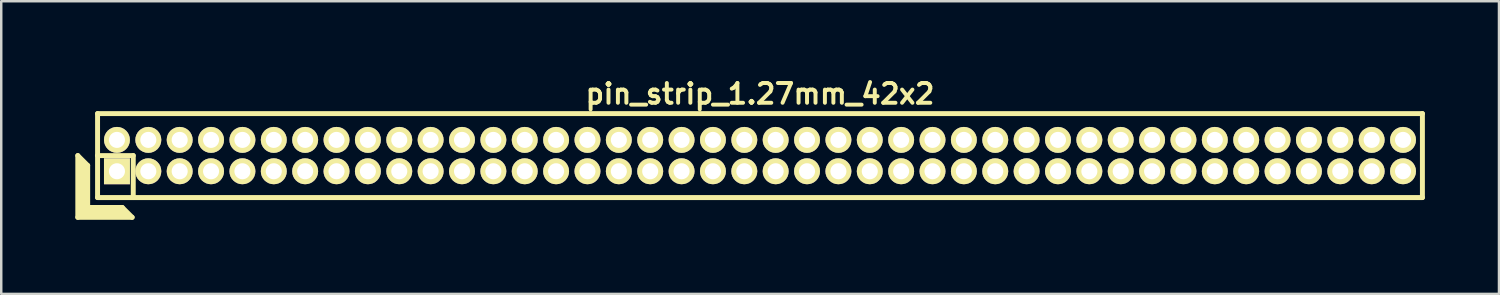
<source format=kicad_pcb>
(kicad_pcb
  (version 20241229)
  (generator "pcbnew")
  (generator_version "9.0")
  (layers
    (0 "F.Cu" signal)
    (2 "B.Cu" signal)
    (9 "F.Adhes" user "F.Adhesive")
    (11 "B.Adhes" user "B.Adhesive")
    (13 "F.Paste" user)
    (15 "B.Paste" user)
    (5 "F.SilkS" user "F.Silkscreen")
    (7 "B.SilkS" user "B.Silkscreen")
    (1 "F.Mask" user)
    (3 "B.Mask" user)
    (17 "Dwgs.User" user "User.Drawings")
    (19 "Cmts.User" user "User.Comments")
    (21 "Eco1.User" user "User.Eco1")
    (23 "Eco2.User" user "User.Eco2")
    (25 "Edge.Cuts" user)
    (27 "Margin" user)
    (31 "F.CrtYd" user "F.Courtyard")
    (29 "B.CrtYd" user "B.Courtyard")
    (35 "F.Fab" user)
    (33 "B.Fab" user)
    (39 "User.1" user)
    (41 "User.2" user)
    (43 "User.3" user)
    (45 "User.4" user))
  (footprint "pin_strip_1.27mm_42x2"
    (layer "F.Cu")
    (at 27.72 3.249)
    (property "Reference" "pin_strip_1.27mm_42x2" (at 0 -2.5 0) (layer "F.SilkS") (effects (font (size 0.8 0.8) (thickness 0.16))))
    (attr through_hole)
    (fp_line (start -27.62 0) (end -27.62 2.5) (stroke (width 0.2) (type solid)) (layer "F.SilkS"))
    (fp_line (start -27.62 0) (end -27.22 0.4) (stroke (width 0.2) (type solid)) (layer "F.SilkS"))
    (fp_line (start -27.62 2.5) (end -25.42 2.5) (stroke (width 0.2) (type solid)) (layer "F.SilkS"))
    (fp_line (start -27.52 2.4) (end -27.52 0.2) (stroke (width 0.2) (type solid)) (layer "F.SilkS"))
    (fp_line (start -27.52 2.4) (end -25.62 2.4) (stroke (width 0.2) (type solid)) (layer "F.SilkS"))
    (fp_line (start -27.42 2.3) (end -27.42 0.3) (stroke (width 0.2) (type solid)) (layer "F.SilkS"))
    (fp_line (start -27.42 2.3) (end -25.72 2.3) (stroke (width 0.2) (type solid)) (layer "F.SilkS"))
    (fp_line (start -27.32 2.2) (end -27.32 0.4) (stroke (width 0.2) (type solid)) (layer "F.SilkS"))
    (fp_line (start -27.32 2.2) (end -25.82 2.2) (stroke (width 0.2) (type solid)) (layer "F.SilkS"))
    (fp_line (start -27.22 2.1) (end -27.22 0.4) (stroke (width 0.2) (type solid)) (layer "F.SilkS"))
    (fp_line (start -27.22 2.1) (end -25.82 2.1) (stroke (width 0.2) (type solid)) (layer "F.SilkS"))
    (fp_line (start -26.825 0) (end -25.375 0) (stroke (width 0.2) (type solid)) (layer "F.SilkS"))
    (fp_line (start -26.82 -1.7) (end 26.82 -1.7) (stroke (width 0.2) (type solid)) (layer "F.SilkS"))
    (fp_line (start -26.82 1.7) (end -26.82 -1.7) (stroke (width 0.2) (type solid)) (layer "F.SilkS"))
    (fp_line (start -25.82 2.1) (end -25.42 2.5) (stroke (width 0.2) (type solid)) (layer "F.SilkS"))
    (fp_line (start -25.375 0) (end -25.375 1.7) (stroke (width 0.2) (type solid)) (layer "F.SilkS"))
    (fp_line (start 26.82 -1.7) (end 26.82 1.7) (stroke (width 0.2) (type solid)) (layer "F.SilkS"))
    (fp_line (start 26.82 1.7) (end -26.82 1.7) (stroke (width 0.2) (type solid)) (layer "F.SilkS"))
    (pad "1" thru_hole rect (at -26.035 0.635) (size 1.05 1.05) (drill 0.65) (layers "*.Cu" "*.Mask" "F.SilkS"))
    (pad "2" thru_hole oval (at -26.035 -0.635) (size 1.05 1.05) (drill 0.65) (layers "*.Cu" "*.Mask" "F.SilkS"))
    (pad "3" thru_hole oval (at -24.765 0.635) (size 1.05 1.05) (drill 0.65) (layers "*.Cu" "*.Mask" "F.SilkS"))
    (pad "4" thru_hole oval (at -24.765 -0.635) (size 1.05 1.05) (drill 0.65) (layers "*.Cu" "*.Mask" "F.SilkS"))
    (pad "5" thru_hole oval (at -23.495 0.635) (size 1.05 1.05) (drill 0.65) (layers "*.Cu" "*.Mask" "F.SilkS"))
    (pad "6" thru_hole oval (at -23.495 -0.635) (size 1.05 1.05) (drill 0.65) (layers "*.Cu" "*.Mask" "F.SilkS"))
    (pad "7" thru_hole oval (at -22.225 0.635) (size 1.05 1.05) (drill 0.65) (layers "*.Cu" "*.Mask" "F.SilkS"))
    (pad "8" thru_hole oval (at -22.225 -0.635) (size 1.05 1.05) (drill 0.65) (layers "*.Cu" "*.Mask" "F.SilkS"))
    (pad "9" thru_hole oval (at -20.955 0.635) (size 1.05 1.05) (drill 0.65) (layers "*.Cu" "*.Mask" "F.SilkS"))
    (pad "10" thru_hole oval (at -20.955 -0.635) (size 1.05 1.05) (drill 0.65) (layers "*.Cu" "*.Mask" "F.SilkS"))
    (pad "11" thru_hole oval (at -19.685 0.635) (size 1.05 1.05) (drill 0.65) (layers "*.Cu" "*.Mask" "F.SilkS"))
    (pad "12" thru_hole oval (at -19.685 -0.635) (size 1.05 1.05) (drill 0.65) (layers "*.Cu" "*.Mask" "F.SilkS"))
    (pad "13" thru_hole oval (at -18.415 0.635) (size 1.05 1.05) (drill 0.65) (layers "*.Cu" "*.Mask" "F.SilkS"))
    (pad "14" thru_hole oval (at -18.415 -0.635) (size 1.05 1.05) (drill 0.65) (layers "*.Cu" "*.Mask" "F.SilkS"))
    (pad "15" thru_hole oval (at -17.145 0.635) (size 1.05 1.05) (drill 0.65) (layers "*.Cu" "*.Mask" "F.SilkS"))
    (pad "16" thru_hole oval (at -17.145 -0.635) (size 1.05 1.05) (drill 0.65) (layers "*.Cu" "*.Mask" "F.SilkS"))
    (pad "17" thru_hole oval (at -15.875 0.635) (size 1.05 1.05) (drill 0.65) (layers "*.Cu" "*.Mask" "F.SilkS"))
    (pad "18" thru_hole oval (at -15.875 -0.635) (size 1.05 1.05) (drill 0.65) (layers "*.Cu" "*.Mask" "F.SilkS"))
    (pad "19" thru_hole oval (at -14.605 0.635) (size 1.05 1.05) (drill 0.65) (layers "*.Cu" "*.Mask" "F.SilkS"))
    (pad "20" thru_hole oval (at -14.605 -0.635) (size 1.05 1.05) (drill 0.65) (layers "*.Cu" "*.Mask" "F.SilkS"))
    (pad "21" thru_hole oval (at -13.335 0.635) (size 1.05 1.05) (drill 0.65) (layers "*.Cu" "*.Mask" "F.SilkS"))
    (pad "22" thru_hole oval (at -13.335 -0.635) (size 1.05 1.05) (drill 0.65) (layers "*.Cu" "*.Mask" "F.SilkS"))
    (pad "23" thru_hole oval (at -12.065 0.635) (size 1.05 1.05) (drill 0.65) (layers "*.Cu" "*.Mask" "F.SilkS"))
    (pad "24" thru_hole oval (at -12.065 -0.635) (size 1.05 1.05) (drill 0.65) (layers "*.Cu" "*.Mask" "F.SilkS"))
    (pad "25" thru_hole oval (at -10.795 0.635) (size 1.05 1.05) (drill 0.65) (layers "*.Cu" "*.Mask" "F.SilkS"))
    (pad "26" thru_hole oval (at -10.795 -0.635) (size 1.05 1.05) (drill 0.65) (layers "*.Cu" "*.Mask" "F.SilkS"))
    (pad "27" thru_hole oval (at -9.525 0.635) (size 1.05 1.05) (drill 0.65) (layers "*.Cu" "*.Mask" "F.SilkS"))
    (pad "28" thru_hole oval (at -9.525 -0.635) (size 1.05 1.05) (drill 0.65) (layers "*.Cu" "*.Mask" "F.SilkS"))
    (pad "29" thru_hole oval (at -8.255 0.635) (size 1.05 1.05) (drill 0.65) (layers "*.Cu" "*.Mask" "F.SilkS"))
    (pad "30" thru_hole oval (at -8.255 -0.635) (size 1.05 1.05) (drill 0.65) (layers "*.Cu" "*.Mask" "F.SilkS"))
    (pad "31" thru_hole oval (at -6.985 0.635) (size 1.05 1.05) (drill 0.65) (layers "*.Cu" "*.Mask" "F.SilkS"))
    (pad "32" thru_hole oval (at -6.985 -0.635) (size 1.05 1.05) (drill 0.65) (layers "*.Cu" "*.Mask" "F.SilkS"))
    (pad "33" thru_hole oval (at -5.715 0.635) (size 1.05 1.05) (drill 0.65) (layers "*.Cu" "*.Mask" "F.SilkS"))
    (pad "34" thru_hole oval (at -5.715 -0.635) (size 1.05 1.05) (drill 0.65) (layers "*.Cu" "*.Mask" "F.SilkS"))
    (pad "35" thru_hole oval (at -4.445 0.635) (size 1.05 1.05) (drill 0.65) (layers "*.Cu" "*.Mask" "F.SilkS"))
    (pad "36" thru_hole oval (at -4.445 -0.635) (size 1.05 1.05) (drill 0.65) (layers "*.Cu" "*.Mask" "F.SilkS"))
    (pad "37" thru_hole oval (at -3.175 0.635) (size 1.05 1.05) (drill 0.65) (layers "*.Cu" "*.Mask" "F.SilkS"))
    (pad "38" thru_hole oval (at -3.175 -0.635) (size 1.05 1.05) (drill 0.65) (layers "*.Cu" "*.Mask" "F.SilkS"))
    (pad "39" thru_hole oval (at -1.905 0.635) (size 1.05 1.05) (drill 0.65) (layers "*.Cu" "*.Mask" "F.SilkS"))
    (pad "40" thru_hole oval (at -1.905 -0.635) (size 1.05 1.05) (drill 0.65) (layers "*.Cu" "*.Mask" "F.SilkS"))
    (pad "41" thru_hole oval (at -0.635 0.635) (size 1.05 1.05) (drill 0.65) (layers "*.Cu" "*.Mask" "F.SilkS"))
    (pad "42" thru_hole oval (at -0.635 -0.635) (size 1.05 1.05) (drill 0.65) (layers "*.Cu" "*.Mask" "F.SilkS"))
    (pad "43" thru_hole oval (at 0.635 0.635) (size 1.05 1.05) (drill 0.65) (layers "*.Cu" "*.Mask" "F.SilkS"))
    (pad "44" thru_hole oval (at 0.635 -0.635) (size 1.05 1.05) (drill 0.65) (layers "*.Cu" "*.Mask" "F.SilkS"))
    (pad "45" thru_hole oval (at 1.905 0.635) (size 1.05 1.05) (drill 0.65) (layers "*.Cu" "*.Mask" "F.SilkS"))
    (pad "46" thru_hole oval (at 1.905 -0.635) (size 1.05 1.05) (drill 0.65) (layers "*.Cu" "*.Mask" "F.SilkS"))
    (pad "47" thru_hole oval (at 3.175 0.635) (size 1.05 1.05) (drill 0.65) (layers "*.Cu" "*.Mask" "F.SilkS"))
    (pad "48" thru_hole oval (at 3.175 -0.635) (size 1.05 1.05) (drill 0.65) (layers "*.Cu" "*.Mask" "F.SilkS"))
    (pad "49" thru_hole oval (at 4.445 0.635) (size 1.05 1.05) (drill 0.65) (layers "*.Cu" "*.Mask" "F.SilkS"))
    (pad "50" thru_hole oval (at 4.445 -0.635) (size 1.05 1.05) (drill 0.65) (layers "*.Cu" "*.Mask" "F.SilkS"))
    (pad "51" thru_hole circle (at 5.715 0.635) (size 1.05 1.05) (drill 0.65) (layers "*.Cu" "*.Mask" "F.SilkS"))
    (pad "52" thru_hole oval (at 5.715 -0.635) (size 1.05 1.05) (drill 0.65) (layers "*.Cu" "*.Mask" "F.SilkS"))
    (pad "53" thru_hole oval (at 6.985 0.635) (size 1.05 1.05) (drill 0.65) (layers "*.Cu" "*.Mask" "F.SilkS"))
    (pad "54" thru_hole oval (at 6.985 -0.635) (size 1.05 1.05) (drill 0.65) (layers "*.Cu" "*.Mask" "F.SilkS"))
    (pad "55" thru_hole oval (at 8.255 0.635) (size 1.05 1.05) (drill 0.65) (layers "*.Cu" "*.Mask" "F.SilkS"))
    (pad "56" thru_hole oval (at 8.255 -0.635) (size 1.05 1.05) (drill 0.65) (layers "*.Cu" "*.Mask" "F.SilkS"))
    (pad "57" thru_hole oval (at 9.525 0.635) (size 1.05 1.05) (drill 0.65) (layers "*.Cu" "*.Mask" "F.SilkS"))
    (pad "58" thru_hole oval (at 9.525 -0.635) (size 1.05 1.05) (drill 0.65) (layers "*.Cu" "*.Mask" "F.SilkS"))
    (pad "59" thru_hole oval (at 10.795 0.635) (size 1.05 1.05) (drill 0.65) (layers "*.Cu" "*.Mask" "F.SilkS"))
    (pad "60" thru_hole oval (at 10.795 -0.635) (size 1.05 1.05) (drill 0.65) (layers "*.Cu" "*.Mask" "F.SilkS"))
    (pad "61" thru_hole oval (at 12.065 0.635) (size 1.05 1.05) (drill 0.65) (layers "*.Cu" "*.Mask" "F.SilkS"))
    (pad "62" thru_hole oval (at 12.065 -0.635) (size 1.05 1.05) (drill 0.65) (layers "*.Cu" "*.Mask" "F.SilkS"))
    (pad "63" thru_hole oval (at 13.335 0.635) (size 1.05 1.05) (drill 0.65) (layers "*.Cu" "*.Mask" "F.SilkS"))
    (pad "64" thru_hole oval (at 13.335 -0.635) (size 1.05 1.05) (drill 0.65) (layers "*.Cu" "*.Mask" "F.SilkS"))
    (pad "65" thru_hole oval (at 14.605 0.635) (size 1.05 1.05) (drill 0.65) (layers "*.Cu" "*.Mask" "F.SilkS"))
    (pad "66" thru_hole oval (at 14.605 -0.635) (size 1.05 1.05) (drill 0.65) (layers "*.Cu" "*.Mask" "F.SilkS"))
    (pad "67" thru_hole oval (at 15.875 0.635) (size 1.05 1.05) (drill 0.65) (layers "*.Cu" "*.Mask" "F.SilkS"))
    (pad "68" thru_hole oval (at 15.875 -0.635) (size 1.05 1.05) (drill 0.65) (layers "*.Cu" "*.Mask" "F.SilkS"))
    (pad "69" thru_hole oval (at 17.145 0.635) (size 1.05 1.05) (drill 0.65) (layers "*.Cu" "*.Mask" "F.SilkS"))
    (pad "70" thru_hole oval (at 17.145 -0.635) (size 1.05 1.05) (drill 0.65) (layers "*.Cu" "*.Mask" "F.SilkS"))
    (pad "71" thru_hole oval (at 18.415 0.635) (size 1.05 1.05) (drill 0.65) (layers "*.Cu" "*.Mask" "F.SilkS"))
    (pad "72" thru_hole oval (at 18.415 -0.635) (size 1.05 1.05) (drill 0.65) (layers "*.Cu" "*.Mask" "F.SilkS"))
    (pad "73" thru_hole oval (at 19.685 0.635) (size 1.05 1.05) (drill 0.65) (layers "*.Cu" "*.Mask" "F.SilkS"))
    (pad "74" thru_hole oval (at 19.685 -0.635) (size 1.05 1.05) (drill 0.65) (layers "*.Cu" "*.Mask" "F.SilkS"))
    (pad "75" thru_hole oval (at 20.955 0.635) (size 1.05 1.05) (drill 0.65) (layers "*.Cu" "*.Mask" "F.SilkS"))
    (pad "76" thru_hole oval (at 20.955 -0.635) (size 1.05 1.05) (drill 0.65) (layers "*.Cu" "*.Mask" "F.SilkS"))
    (pad "77" thru_hole oval (at 22.225 0.635) (size 1.05 1.05) (drill 0.65) (layers "*.Cu" "*.Mask" "F.SilkS"))
    (pad "78" thru_hole oval (at 22.225 -0.635) (size 1.05 1.05) (drill 0.65) (layers "*.Cu" "*.Mask" "F.SilkS"))
    (pad "79" thru_hole oval (at 23.495 0.635) (size 1.05 1.05) (drill 0.65) (layers "*.Cu" "*.Mask" "F.SilkS"))
    (pad "80" thru_hole oval (at 23.495 -0.635) (size 1.05 1.05) (drill 0.65) (layers "*.Cu" "*.Mask" "F.SilkS"))
    (pad "81" thru_hole oval (at 24.765 0.635) (size 1.05 1.05) (drill 0.65) (layers "*.Cu" "*.Mask" "F.SilkS"))
    (pad "82" thru_hole oval (at 24.765 -0.635) (size 1.05 1.05) (drill 0.65) (layers "*.Cu" "*.Mask" "F.SilkS"))
    (pad "83" thru_hole oval (at 26.035 0.635) (size 1.05 1.05) (drill 0.65) (layers "*.Cu" "*.Mask" "F.SilkS"))
    (pad "84" thru_hole oval (at 26.035 -0.635) (size 1.05 1.05) (drill 0.65) (layers "*.Cu" "*.Mask" "F.SilkS")))
  (gr_rect
    (start -3 -3)
    (end 57.64 8.849)
    (stroke (width 0.1) (type default))
    (fill no)
    (layer "Edge.Cuts")))
</source>
